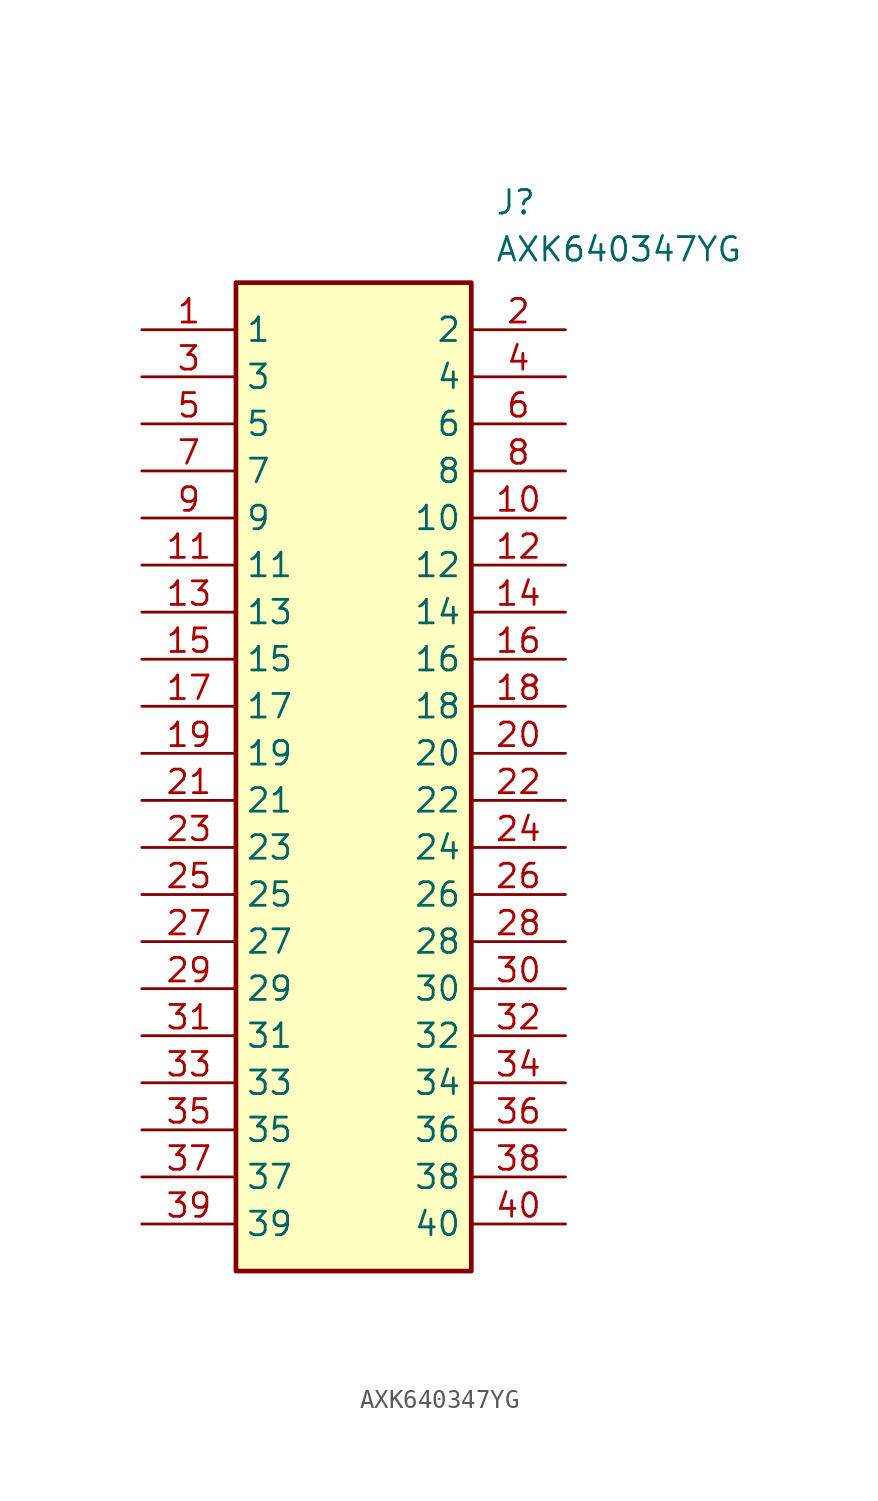
<source format=kicad_sym>
(kicad_symbol_lib
  (version 20211014)
  (generator SamacSys_ECAD_Model)
  (symbol "AXK640347YG"
    (property "Reference" "J"
      (at 19.05 7.62 0)
      (effects (font (size 1.27 1.27)) (justify left top)))
    (property "Value" "AXK640347YG"
      (at 19.05 5.08 0)
      (effects (font (size 1.27 1.27)) (justify left top)))
    (rectangle
      (start 5.08 2.54)
      (end 17.78 -50.8)
      (stroke (width 0.254) (type default))
      (fill (type background)))
    (pin passive line
      (at 0 0 0)
      (length 5.08)
      (name "1" (effects (font (size 1.27 1.27))))
      (number "1" (effects (font (size 1.27 1.27)))))
    (pin passive line
      (at 22.86 0 180)
      (length 5.08)
      (name "2" (effects (font (size 1.27 1.27))))
      (number "2" (effects (font (size 1.27 1.27)))))
    (pin passive line
      (at 0 -2.54 0)
      (length 5.08)
      (name "3" (effects (font (size 1.27 1.27))))
      (number "3" (effects (font (size 1.27 1.27)))))
    (pin passive line
      (at 22.86 -2.54 180)
      (length 5.08)
      (name "4" (effects (font (size 1.27 1.27))))
      (number "4" (effects (font (size 1.27 1.27)))))
    (pin passive line
      (at 0 -5.08 0)
      (length 5.08)
      (name "5" (effects (font (size 1.27 1.27))))
      (number "5" (effects (font (size 1.27 1.27)))))
    (pin passive line
      (at 22.86 -5.08 180)
      (length 5.08)
      (name "6" (effects (font (size 1.27 1.27))))
      (number "6" (effects (font (size 1.27 1.27)))))
    (pin passive line
      (at 0 -7.62 0)
      (length 5.08)
      (name "7" (effects (font (size 1.27 1.27))))
      (number "7" (effects (font (size 1.27 1.27)))))
    (pin passive line
      (at 22.86 -7.62 180)
      (length 5.08)
      (name "8" (effects (font (size 1.27 1.27))))
      (number "8" (effects (font (size 1.27 1.27)))))
    (pin passive line
      (at 0 -10.16 0)
      (length 5.08)
      (name "9" (effects (font (size 1.27 1.27))))
      (number "9" (effects (font (size 1.27 1.27)))))
    (pin passive line
      (at 22.86 -10.16 180)
      (length 5.08)
      (name "10" (effects (font (size 1.27 1.27))))
      (number "10" (effects (font (size 1.27 1.27)))))
    (pin passive line
      (at 0 -12.7 0)
      (length 5.08)
      (name "11" (effects (font (size 1.27 1.27))))
      (number "11" (effects (font (size 1.27 1.27)))))
    (pin passive line
      (at 22.86 -12.7 180)
      (length 5.08)
      (name "12" (effects (font (size 1.27 1.27))))
      (number "12" (effects (font (size 1.27 1.27)))))
    (pin passive line
      (at 0 -15.24 0)
      (length 5.08)
      (name "13" (effects (font (size 1.27 1.27))))
      (number "13" (effects (font (size 1.27 1.27)))))
    (pin passive line
      (at 22.86 -15.24 180)
      (length 5.08)
      (name "14" (effects (font (size 1.27 1.27))))
      (number "14" (effects (font (size 1.27 1.27)))))
    (pin passive line
      (at 0 -17.78 0)
      (length 5.08)
      (name "15" (effects (font (size 1.27 1.27))))
      (number "15" (effects (font (size 1.27 1.27)))))
    (pin passive line
      (at 22.86 -17.78 180)
      (length 5.08)
      (name "16" (effects (font (size 1.27 1.27))))
      (number "16" (effects (font (size 1.27 1.27)))))
    (pin passive line
      (at 0 -20.32 0)
      (length 5.08)
      (name "17" (effects (font (size 1.27 1.27))))
      (number "17" (effects (font (size 1.27 1.27)))))
    (pin passive line
      (at 22.86 -20.32 180)
      (length 5.08)
      (name "18" (effects (font (size 1.27 1.27))))
      (number "18" (effects (font (size 1.27 1.27)))))
    (pin passive line
      (at 0 -22.86 0)
      (length 5.08)
      (name "19" (effects (font (size 1.27 1.27))))
      (number "19" (effects (font (size 1.27 1.27)))))
    (pin passive line
      (at 22.86 -22.86 180)
      (length 5.08)
      (name "20" (effects (font (size 1.27 1.27))))
      (number "20" (effects (font (size 1.27 1.27)))))
    (pin passive line
      (at 0 -25.4 0)
      (length 5.08)
      (name "21" (effects (font (size 1.27 1.27))))
      (number "21" (effects (font (size 1.27 1.27)))))
    (pin passive line
      (at 22.86 -25.4 180)
      (length 5.08)
      (name "22" (effects (font (size 1.27 1.27))))
      (number "22" (effects (font (size 1.27 1.27)))))
    (pin passive line
      (at 0 -27.94 0)
      (length 5.08)
      (name "23" (effects (font (size 1.27 1.27))))
      (number "23" (effects (font (size 1.27 1.27)))))
    (pin passive line
      (at 22.86 -27.94 180)
      (length 5.08)
      (name "24" (effects (font (size 1.27 1.27))))
      (number "24" (effects (font (size 1.27 1.27)))))
    (pin passive line
      (at 0 -30.48 0)
      (length 5.08)
      (name "25" (effects (font (size 1.27 1.27))))
      (number "25" (effects (font (size 1.27 1.27)))))
    (pin passive line
      (at 22.86 -30.48 180)
      (length 5.08)
      (name "26" (effects (font (size 1.27 1.27))))
      (number "26" (effects (font (size 1.27 1.27)))))
    (pin passive line
      (at 0 -33.02 0)
      (length 5.08)
      (name "27" (effects (font (size 1.27 1.27))))
      (number "27" (effects (font (size 1.27 1.27)))))
    (pin passive line
      (at 22.86 -33.02 180)
      (length 5.08)
      (name "28" (effects (font (size 1.27 1.27))))
      (number "28" (effects (font (size 1.27 1.27)))))
    (pin passive line
      (at 0 -35.56 0)
      (length 5.08)
      (name "29" (effects (font (size 1.27 1.27))))
      (number "29" (effects (font (size 1.27 1.27)))))
    (pin passive line
      (at 22.86 -35.56 180)
      (length 5.08)
      (name "30" (effects (font (size 1.27 1.27))))
      (number "30" (effects (font (size 1.27 1.27)))))
    (pin passive line
      (at 0 -38.1 0)
      (length 5.08)
      (name "31" (effects (font (size 1.27 1.27))))
      (number "31" (effects (font (size 1.27 1.27)))))
    (pin passive line
      (at 22.86 -38.1 180)
      (length 5.08)
      (name "32" (effects (font (size 1.27 1.27))))
      (number "32" (effects (font (size 1.27 1.27)))))
    (pin passive line
      (at 0 -40.64 0)
      (length 5.08)
      (name "33" (effects (font (size 1.27 1.27))))
      (number "33" (effects (font (size 1.27 1.27)))))
    (pin passive line
      (at 22.86 -40.64 180)
      (length 5.08)
      (name "34" (effects (font (size 1.27 1.27))))
      (number "34" (effects (font (size 1.27 1.27)))))
    (pin passive line
      (at 0 -43.18 0)
      (length 5.08)
      (name "35" (effects (font (size 1.27 1.27))))
      (number "35" (effects (font (size 1.27 1.27)))))
    (pin passive line
      (at 22.86 -43.18 180)
      (length 5.08)
      (name "36" (effects (font (size 1.27 1.27))))
      (number "36" (effects (font (size 1.27 1.27)))))
    (pin passive line
      (at 0 -45.72 0)
      (length 5.08)
      (name "37" (effects (font (size 1.27 1.27))))
      (number "37" (effects (font (size 1.27 1.27)))))
    (pin passive line
      (at 22.86 -45.72 180)
      (length 5.08)
      (name "38" (effects (font (size 1.27 1.27))))
      (number "38" (effects (font (size 1.27 1.27)))))
    (pin passive line
      (at 0 -48.26 0)
      (length 5.08)
      (name "39" (effects (font (size 1.27 1.27))))
      (number "39" (effects (font (size 1.27 1.27)))))
    (pin passive line
      (at 22.86 -48.26 180)
      (length 5.08)
      (name "40" (effects (font (size 1.27 1.27))))
      (number "40" (effects (font (size 1.27 1.27)))))))
</source>
